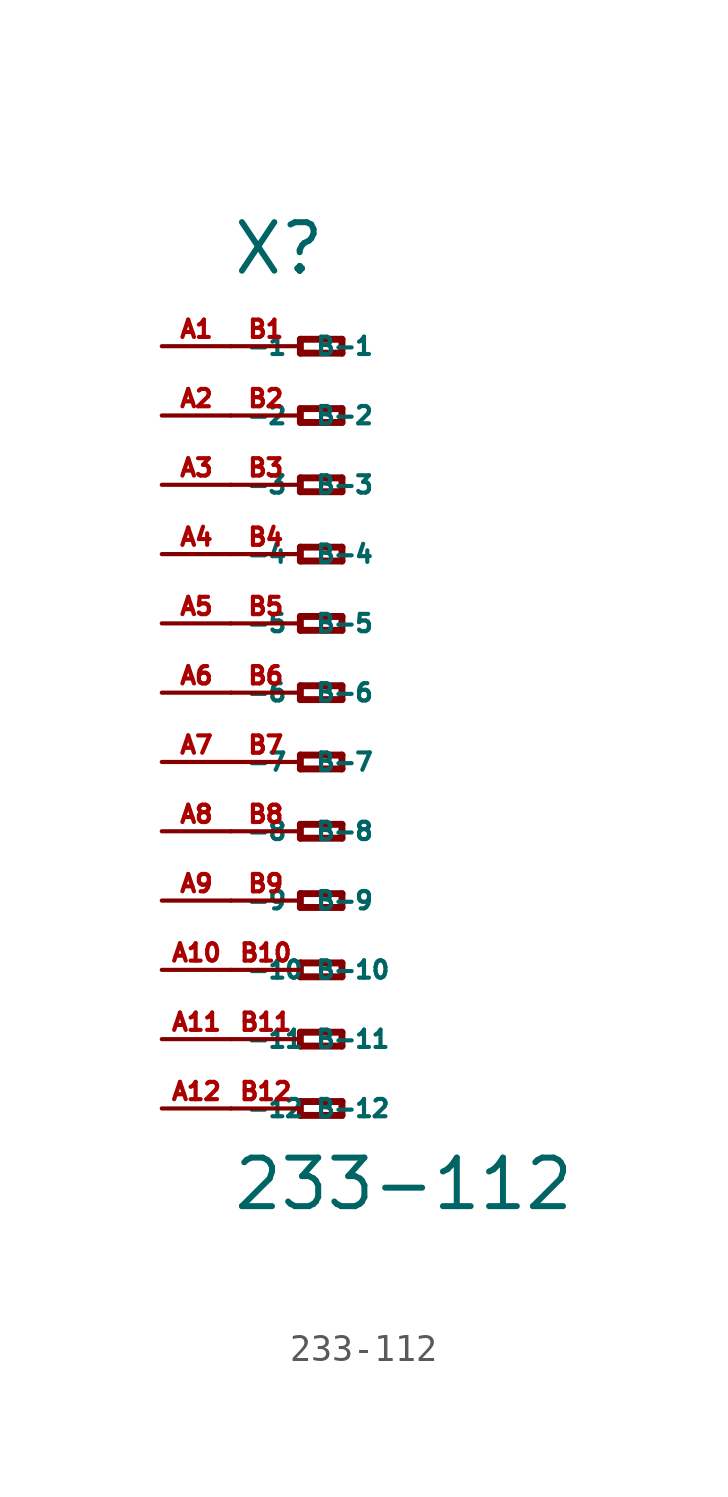
<source format=kicad_sym>
(kicad_symbol_lib
  (version 20220914)
  (generator Eagle2Kicad)
  (symbol "233-112"
    (property "Reference" "X"
      (at -5.08 15.24 0)
      (effects (font (size 1.778 1.778) (thickness 0.22)) (justify left bottom)))
    (property "Value" "233-112"
      (at -5.08 -19.05 0)
      (effects (font (size 1.778 1.778) (thickness 0.22)) (justify left bottom)))
    (polyline
      (pts (xy -2.54 12.954) (xy -2.54 12.446))
      (stroke (width 0.254) (type default))
      (fill (type none)))
    (polyline
      (pts (xy -2.54 12.446) (xy -1.016 12.446))
      (stroke (width 0.254) (type default))
      (fill (type none)))
    (polyline
      (pts (xy -1.016 12.446) (xy -1.016 12.954))
      (stroke (width 0.254) (type default))
      (fill (type none)))
    (polyline
      (pts (xy -1.016 12.954) (xy -2.54 12.954))
      (stroke (width 0.254) (type default))
      (fill (type none)))
    (polyline
      (pts (xy -2.54 10.414) (xy -2.54 9.906))
      (stroke (width 0.254) (type default))
      (fill (type none)))
    (polyline
      (pts (xy -2.54 9.906) (xy -1.016 9.906))
      (stroke (width 0.254) (type default))
      (fill (type none)))
    (polyline
      (pts (xy -1.016 9.906) (xy -1.016 10.414))
      (stroke (width 0.254) (type default))
      (fill (type none)))
    (polyline
      (pts (xy -1.016 10.414) (xy -2.54 10.414))
      (stroke (width 0.254) (type default))
      (fill (type none)))
    (polyline
      (pts (xy -2.54 7.874) (xy -2.54 7.366))
      (stroke (width 0.254) (type default))
      (fill (type none)))
    (polyline
      (pts (xy -2.54 7.366) (xy -1.016 7.366))
      (stroke (width 0.254) (type default))
      (fill (type none)))
    (polyline
      (pts (xy -1.016 7.366) (xy -1.016 7.874))
      (stroke (width 0.254) (type default))
      (fill (type none)))
    (polyline
      (pts (xy -1.016 7.874) (xy -2.54 7.874))
      (stroke (width 0.254) (type default))
      (fill (type none)))
    (polyline
      (pts (xy -2.54 5.334) (xy -2.54 4.826))
      (stroke (width 0.254) (type default))
      (fill (type none)))
    (polyline
      (pts (xy -2.54 4.826) (xy -1.016 4.826))
      (stroke (width 0.254) (type default))
      (fill (type none)))
    (polyline
      (pts (xy -1.016 4.826) (xy -1.016 5.334))
      (stroke (width 0.254) (type default))
      (fill (type none)))
    (polyline
      (pts (xy -1.016 5.334) (xy -2.54 5.334))
      (stroke (width 0.254) (type default))
      (fill (type none)))
    (polyline
      (pts (xy -2.54 2.794) (xy -2.54 2.286))
      (stroke (width 0.254) (type default))
      (fill (type none)))
    (polyline
      (pts (xy -2.54 2.286) (xy -1.016 2.286))
      (stroke (width 0.254) (type default))
      (fill (type none)))
    (polyline
      (pts (xy -1.016 2.286) (xy -1.016 2.794))
      (stroke (width 0.254) (type default))
      (fill (type none)))
    (polyline
      (pts (xy -1.016 2.794) (xy -2.54 2.794))
      (stroke (width 0.254) (type default))
      (fill (type none)))
    (polyline
      (pts (xy -2.54 0.254) (xy -2.54 -0.254))
      (stroke (width 0.254) (type default))
      (fill (type none)))
    (polyline
      (pts (xy -2.54 -0.254) (xy -1.016 -0.254))
      (stroke (width 0.254) (type default))
      (fill (type none)))
    (polyline
      (pts (xy -1.016 -0.254) (xy -1.016 0.254))
      (stroke (width 0.254) (type default))
      (fill (type none)))
    (polyline
      (pts (xy -1.016 0.254) (xy -2.54 0.254))
      (stroke (width 0.254) (type default))
      (fill (type none)))
    (polyline
      (pts (xy -2.54 -2.286) (xy -2.54 -2.794))
      (stroke (width 0.254) (type default))
      (fill (type none)))
    (polyline
      (pts (xy -2.54 -2.794) (xy -1.016 -2.794))
      (stroke (width 0.254) (type default))
      (fill (type none)))
    (polyline
      (pts (xy -1.016 -2.794) (xy -1.016 -2.286))
      (stroke (width 0.254) (type default))
      (fill (type none)))
    (polyline
      (pts (xy -1.016 -2.286) (xy -2.54 -2.286))
      (stroke (width 0.254) (type default))
      (fill (type none)))
    (polyline
      (pts (xy -2.54 -4.826) (xy -2.54 -5.334))
      (stroke (width 0.254) (type default))
      (fill (type none)))
    (polyline
      (pts (xy -2.54 -5.334) (xy -1.016 -5.334))
      (stroke (width 0.254) (type default))
      (fill (type none)))
    (polyline
      (pts (xy -1.016 -5.334) (xy -1.016 -4.826))
      (stroke (width 0.254) (type default))
      (fill (type none)))
    (polyline
      (pts (xy -1.016 -4.826) (xy -2.54 -4.826))
      (stroke (width 0.254) (type default))
      (fill (type none)))
    (polyline
      (pts (xy -2.54 -7.366) (xy -2.54 -7.874))
      (stroke (width 0.254) (type default))
      (fill (type none)))
    (polyline
      (pts (xy -2.54 -7.874) (xy -1.016 -7.874))
      (stroke (width 0.254) (type default))
      (fill (type none)))
    (polyline
      (pts (xy -1.016 -7.874) (xy -1.016 -7.366))
      (stroke (width 0.254) (type default))
      (fill (type none)))
    (polyline
      (pts (xy -1.016 -7.366) (xy -2.54 -7.366))
      (stroke (width 0.254) (type default))
      (fill (type none)))
    (polyline
      (pts (xy -2.54 -9.906) (xy -2.54 -10.414))
      (stroke (width 0.254) (type default))
      (fill (type none)))
    (polyline
      (pts (xy -2.54 -10.414) (xy -1.016 -10.414))
      (stroke (width 0.254) (type default))
      (fill (type none)))
    (polyline
      (pts (xy -1.016 -10.414) (xy -1.016 -9.906))
      (stroke (width 0.254) (type default))
      (fill (type none)))
    (polyline
      (pts (xy -1.016 -9.906) (xy -2.54 -9.906))
      (stroke (width 0.254) (type default))
      (fill (type none)))
    (polyline
      (pts (xy -2.54 -12.446) (xy -2.54 -12.954))
      (stroke (width 0.254) (type default))
      (fill (type none)))
    (polyline
      (pts (xy -2.54 -12.954) (xy -1.016 -12.954))
      (stroke (width 0.254) (type default))
      (fill (type none)))
    (polyline
      (pts (xy -1.016 -12.954) (xy -1.016 -12.446))
      (stroke (width 0.254) (type default))
      (fill (type none)))
    (polyline
      (pts (xy -1.016 -12.446) (xy -2.54 -12.446))
      (stroke (width 0.254) (type default))
      (fill (type none)))
    (polyline
      (pts (xy -2.54 -14.986) (xy -2.54 -15.494))
      (stroke (width 0.254) (type default))
      (fill (type none)))
    (polyline
      (pts (xy -2.54 -15.494) (xy -1.016 -15.494))
      (stroke (width 0.254) (type default))
      (fill (type none)))
    (polyline
      (pts (xy -1.016 -15.494) (xy -1.016 -14.986))
      (stroke (width 0.254) (type default))
      (fill (type none)))
    (polyline
      (pts (xy -1.016 -14.986) (xy -2.54 -14.986))
      (stroke (width 0.254) (type default))
      (fill (type none)))
    (pin passive line
      (at -7.62 12.7 0)
      (length 2.54)
      (name "-1" (effects (font (size 0.635 0.635) (thickness 0.08)) (justify left bottom)))
      (number "A1" (effects (font (size 0.635 0.635) (thickness 0.08)) (justify left bottom))))
    (pin passive line
      (at -7.62 10.16 0)
      (length 2.54)
      (name "-2" (effects (font (size 0.635 0.635) (thickness 0.08)) (justify left bottom)))
      (number "A2" (effects (font (size 0.635 0.635) (thickness 0.08)) (justify left bottom))))
    (pin passive line
      (at -7.62 7.62 0)
      (length 2.54)
      (name "-3" (effects (font (size 0.635 0.635) (thickness 0.08)) (justify left bottom)))
      (number "A3" (effects (font (size 0.635 0.635) (thickness 0.08)) (justify left bottom))))
    (pin passive line
      (at -7.62 5.08 0)
      (length 2.54)
      (name "-4" (effects (font (size 0.635 0.635) (thickness 0.08)) (justify left bottom)))
      (number "A4" (effects (font (size 0.635 0.635) (thickness 0.08)) (justify left bottom))))
    (pin passive line
      (at -7.62 2.54 0)
      (length 2.54)
      (name "-5" (effects (font (size 0.635 0.635) (thickness 0.08)) (justify left bottom)))
      (number "A5" (effects (font (size 0.635 0.635) (thickness 0.08)) (justify left bottom))))
    (pin passive line
      (at -7.62 0 0)
      (length 2.54)
      (name "-6" (effects (font (size 0.635 0.635) (thickness 0.08)) (justify left bottom)))
      (number "A6" (effects (font (size 0.635 0.635) (thickness 0.08)) (justify left bottom))))
    (pin passive line
      (at -7.62 -2.54 0)
      (length 2.54)
      (name "-7" (effects (font (size 0.635 0.635) (thickness 0.08)) (justify left bottom)))
      (number "A7" (effects (font (size 0.635 0.635) (thickness 0.08)) (justify left bottom))))
    (pin passive line
      (at -7.62 -5.08 0)
      (length 2.54)
      (name "-8" (effects (font (size 0.635 0.635) (thickness 0.08)) (justify left bottom)))
      (number "A8" (effects (font (size 0.635 0.635) (thickness 0.08)) (justify left bottom))))
    (pin passive line
      (at -7.62 -7.62 0)
      (length 2.54)
      (name "-9" (effects (font (size 0.635 0.635) (thickness 0.08)) (justify left bottom)))
      (number "A9" (effects (font (size 0.635 0.635) (thickness 0.08)) (justify left bottom))))
    (pin passive line
      (at -7.62 -10.16 0)
      (length 2.54)
      (name "-10" (effects (font (size 0.635 0.635) (thickness 0.08)) (justify left bottom)))
      (number "A10" (effects (font (size 0.635 0.635) (thickness 0.08)) (justify left bottom))))
    (pin passive line
      (at -7.62 -12.7 0)
      (length 2.54)
      (name "-11" (effects (font (size 0.635 0.635) (thickness 0.08)) (justify left bottom)))
      (number "A11" (effects (font (size 0.635 0.635) (thickness 0.08)) (justify left bottom))))
    (pin passive line
      (at -7.62 -15.24 0)
      (length 2.54)
      (name "-12" (effects (font (size 0.635 0.635) (thickness 0.08)) (justify left bottom)))
      (number "A12" (effects (font (size 0.635 0.635) (thickness 0.08)) (justify left bottom))))
    (pin passive line
      (at -5.08 -15.24 0)
      (length 2.54)
      (name "B-12" (effects (font (size 0.635 0.635) (thickness 0.08)) (justify left bottom)))
      (number "B12" (effects (font (size 0.635 0.635) (thickness 0.08)) (justify left bottom))))
    (pin passive line
      (at -5.08 12.7 0)
      (length 2.54)
      (name "B-1" (effects (font (size 0.635 0.635) (thickness 0.08)) (justify left bottom)))
      (number "B1" (effects (font (size 0.635 0.635) (thickness 0.08)) (justify left bottom))))
    (pin passive line
      (at -5.08 10.16 0)
      (length 2.54)
      (name "B-2" (effects (font (size 0.635 0.635) (thickness 0.08)) (justify left bottom)))
      (number "B2" (effects (font (size 0.635 0.635) (thickness 0.08)) (justify left bottom))))
    (pin passive line
      (at -5.08 7.62 0)
      (length 2.54)
      (name "B-3" (effects (font (size 0.635 0.635) (thickness 0.08)) (justify left bottom)))
      (number "B3" (effects (font (size 0.635 0.635) (thickness 0.08)) (justify left bottom))))
    (pin passive line
      (at -5.08 5.08 0)
      (length 2.54)
      (name "B-4" (effects (font (size 0.635 0.635) (thickness 0.08)) (justify left bottom)))
      (number "B4" (effects (font (size 0.635 0.635) (thickness 0.08)) (justify left bottom))))
    (pin passive line
      (at -5.08 2.54 0)
      (length 2.54)
      (name "B-5" (effects (font (size 0.635 0.635) (thickness 0.08)) (justify left bottom)))
      (number "B5" (effects (font (size 0.635 0.635) (thickness 0.08)) (justify left bottom))))
    (pin passive line
      (at -5.08 0 0)
      (length 2.54)
      (name "B-6" (effects (font (size 0.635 0.635) (thickness 0.08)) (justify left bottom)))
      (number "B6" (effects (font (size 0.635 0.635) (thickness 0.08)) (justify left bottom))))
    (pin passive line
      (at -5.08 -2.54 0)
      (length 2.54)
      (name "B-7" (effects (font (size 0.635 0.635) (thickness 0.08)) (justify left bottom)))
      (number "B7" (effects (font (size 0.635 0.635) (thickness 0.08)) (justify left bottom))))
    (pin passive line
      (at -5.08 -5.08 0)
      (length 2.54)
      (name "B-8" (effects (font (size 0.635 0.635) (thickness 0.08)) (justify left bottom)))
      (number "B8" (effects (font (size 0.635 0.635) (thickness 0.08)) (justify left bottom))))
    (pin passive line
      (at -5.08 -7.62 0)
      (length 2.54)
      (name "B-9" (effects (font (size 0.635 0.635) (thickness 0.08)) (justify left bottom)))
      (number "B9" (effects (font (size 0.635 0.635) (thickness 0.08)) (justify left bottom))))
    (pin passive line
      (at -5.08 -10.16 0)
      (length 2.54)
      (name "B-10" (effects (font (size 0.635 0.635) (thickness 0.08)) (justify left bottom)))
      (number "B10" (effects (font (size 0.635 0.635) (thickness 0.08)) (justify left bottom))))
    (pin passive line
      (at -5.08 -12.7 0)
      (length 2.54)
      (name "B-11" (effects (font (size 0.635 0.635) (thickness 0.08)) (justify left bottom)))
      (number "B11" (effects (font (size 0.635 0.635) (thickness 0.08)) (justify left bottom))))))
</source>
